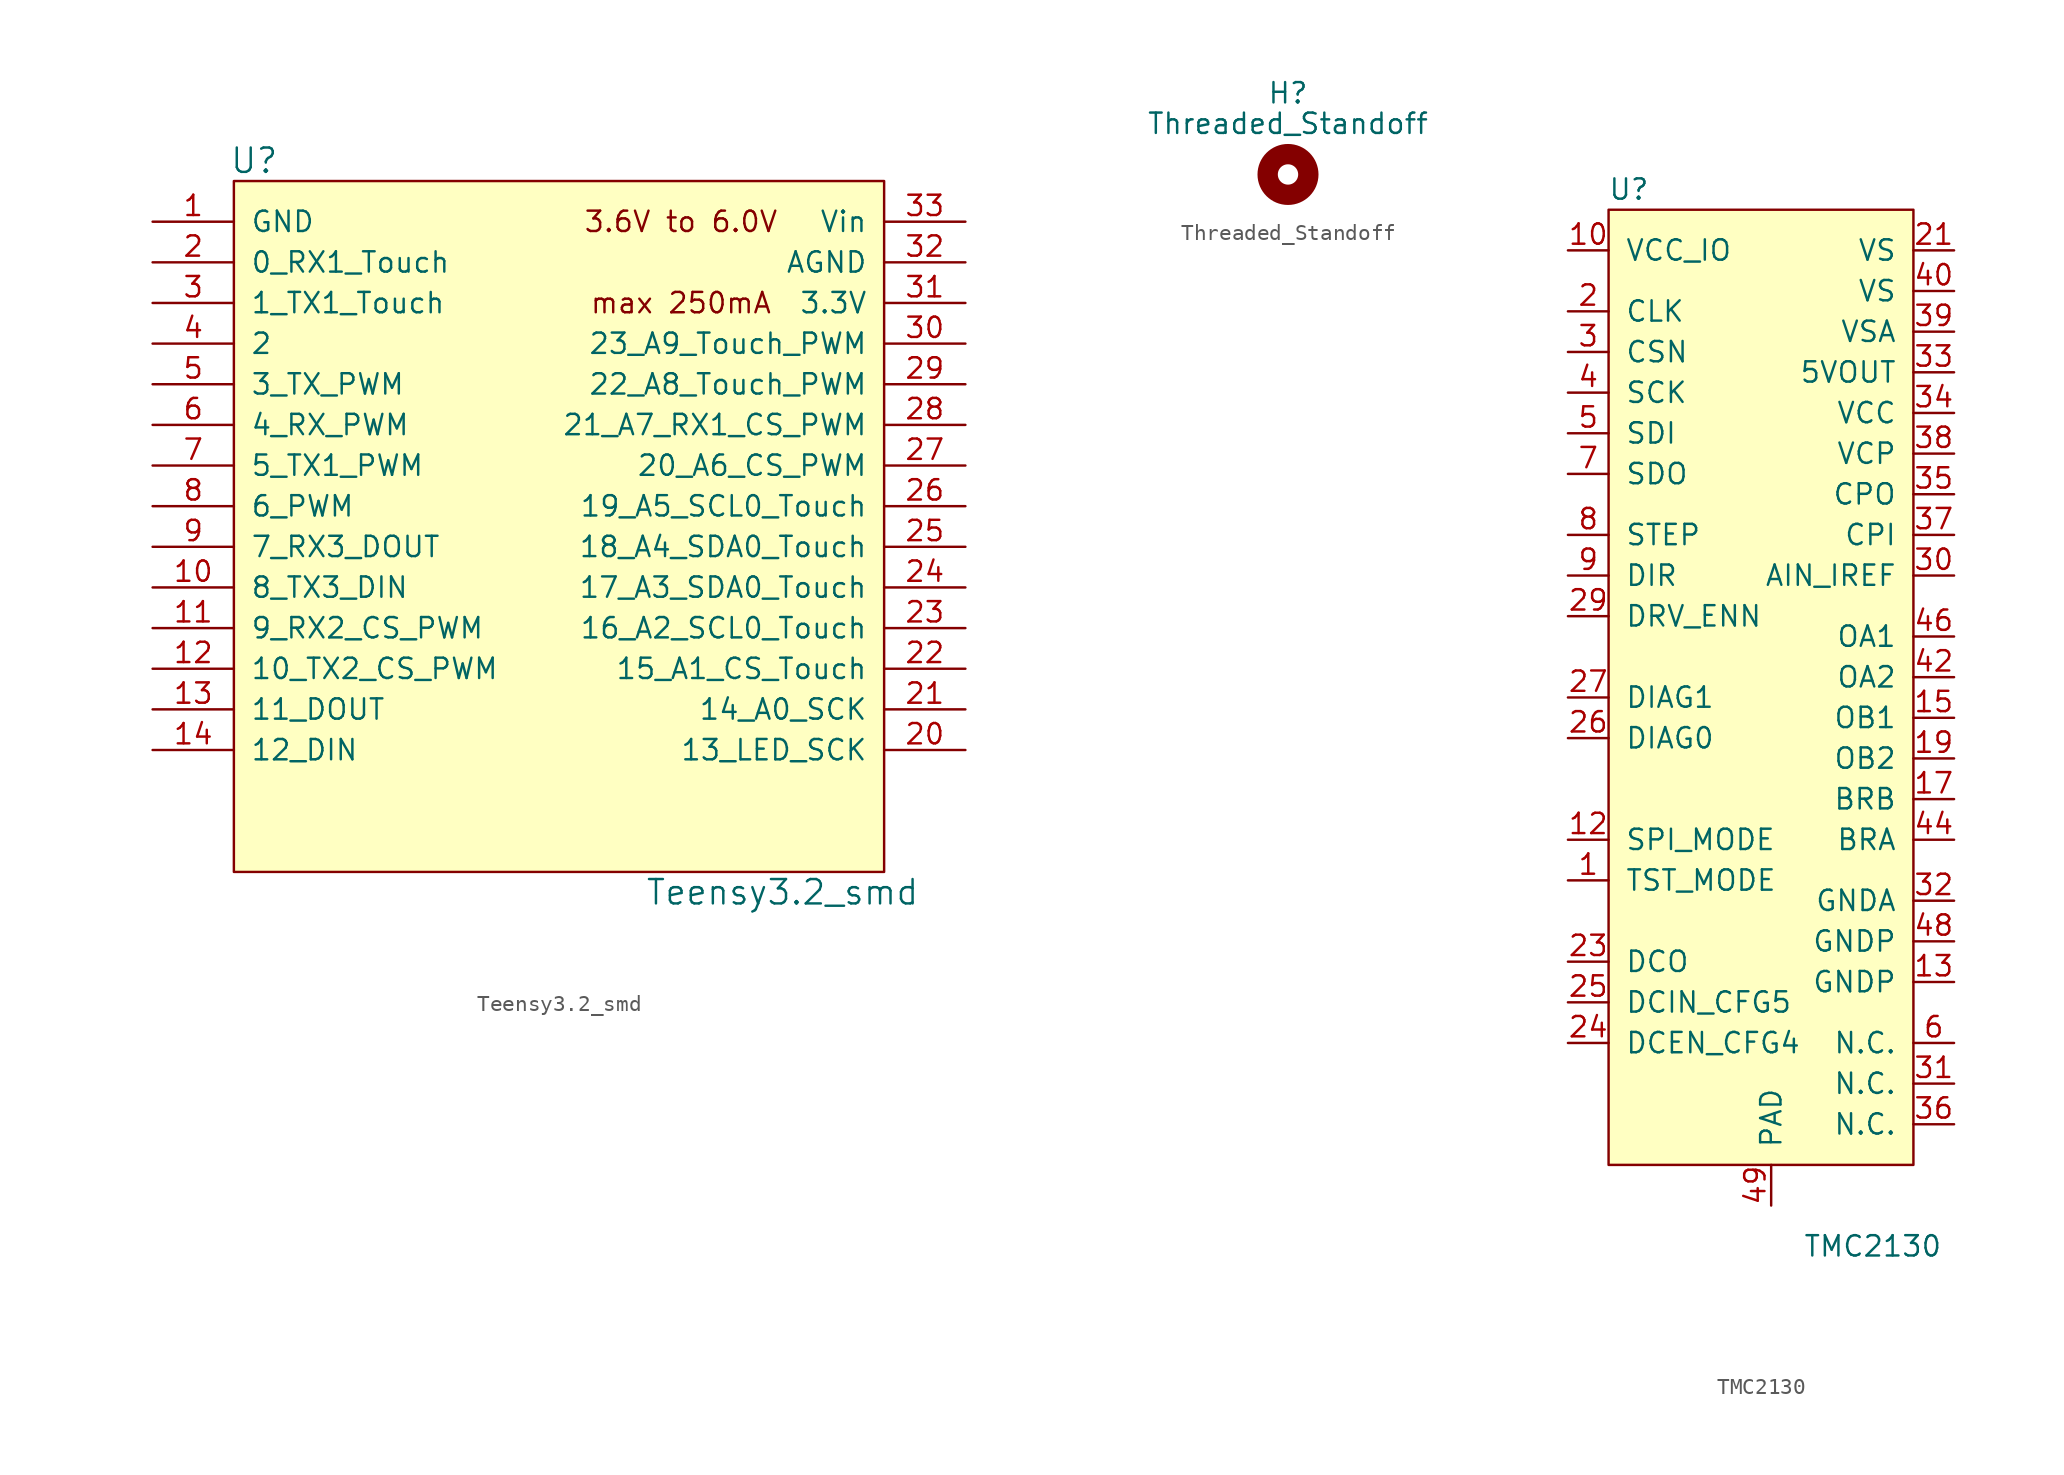
<source format=kicad_sym>
(kicad_symbol_lib
  (version 20220914)
  (generator kicad_symbol_editor)
  (symbol "Teensy3.2_smd"
    (pin_names
      (offset 1.016))
    (property "Reference" "U"
      (at -19.05 25.4 0)
      (effects (font (size 1.524 1.524))))
    (property "Value" "Teensy3.2_smd"
      (at 13.97 -20.32 0)
      (effects (font (size 1.524 1.524))))
    (symbol "Teensy3.2_smd_0_0"
      (text "3.6V to 6.0V" (at 7.62 21.59 0) (effects (font (size 1.27 1.27))))
      (text "max 250mA" (at 7.62 16.51 0) (effects (font (size 1.27 1.27)))))
    (symbol "Teensy3.2_smd_0_1"
      (rectangle (start -20.32 -19.05) (end 20.32 24.13) (stroke (width 0) (type default)) (fill (type background))))
    (symbol "Teensy3.2_smd_1_1"
      (pin power_in line (at -25.4 21.59 0) (length 5.08) (name "GND" (effects (font (size 1.27 1.27)))) (number "1" (effects (font (size 1.27 1.27)))))
      (pin bidirectional line (at -25.4 -1.27 0) (length 5.08) (name "8_TX3_DIN" (effects (font (size 1.27 1.27)))) (number "10" (effects (font (size 1.27 1.27)))))
      (pin bidirectional line (at -25.4 -3.81 0) (length 5.08) (name "9_RX2_CS_PWM" (effects (font (size 1.27 1.27)))) (number "11" (effects (font (size 1.27 1.27)))))
      (pin bidirectional line (at -25.4 -6.35 0) (length 5.08) (name "10_TX2_CS_PWM" (effects (font (size 1.27 1.27)))) (number "12" (effects (font (size 1.27 1.27)))))
      (pin bidirectional line (at -25.4 -8.89 0) (length 5.08) (name "11_DOUT" (effects (font (size 1.27 1.27)))) (number "13" (effects (font (size 1.27 1.27)))))
      (pin bidirectional line (at -25.4 -11.43 0) (length 5.08) (name "12_DIN" (effects (font (size 1.27 1.27)))) (number "14" (effects (font (size 1.27 1.27)))))
      (pin bidirectional line (at -25.4 19.05 0) (length 5.08) (name "0_RX1_Touch" (effects (font (size 1.27 1.27)))) (number "2" (effects (font (size 1.27 1.27)))))
      (pin bidirectional line (at 25.4 -11.43 180) (length 5.08) (name "13_LED_SCK" (effects (font (size 1.27 1.27)))) (number "20" (effects (font (size 1.27 1.27)))))
      (pin bidirectional line (at 25.4 -8.89 180) (length 5.08) (name "14_A0_SCK" (effects (font (size 1.27 1.27)))) (number "21" (effects (font (size 1.27 1.27)))))
      (pin bidirectional line (at 25.4 -6.35 180) (length 5.08) (name "15_A1_CS_Touch" (effects (font (size 1.27 1.27)))) (number "22" (effects (font (size 1.27 1.27)))))
      (pin bidirectional line (at 25.4 -3.81 180) (length 5.08) (name "16_A2_SCL0_Touch" (effects (font (size 1.27 1.27)))) (number "23" (effects (font (size 1.27 1.27)))))
      (pin bidirectional line (at 25.4 -1.27 180) (length 5.08) (name "17_A3_SDA0_Touch" (effects (font (size 1.27 1.27)))) (number "24" (effects (font (size 1.27 1.27)))))
      (pin bidirectional line (at 25.4 1.27 180) (length 5.08) (name "18_A4_SDA0_Touch" (effects (font (size 1.27 1.27)))) (number "25" (effects (font (size 1.27 1.27)))))
      (pin bidirectional line (at 25.4 3.81 180) (length 5.08) (name "19_A5_SCL0_Touch" (effects (font (size 1.27 1.27)))) (number "26" (effects (font (size 1.27 1.27)))))
      (pin bidirectional line (at 25.4 6.35 180) (length 5.08) (name "20_A6_CS_PWM" (effects (font (size 1.27 1.27)))) (number "27" (effects (font (size 1.27 1.27)))))
      (pin bidirectional line (at 25.4 8.89 180) (length 5.08) (name "21_A7_RX1_CS_PWM" (effects (font (size 1.27 1.27)))) (number "28" (effects (font (size 1.27 1.27)))))
      (pin bidirectional line (at 25.4 11.43 180) (length 5.08) (name "22_A8_Touch_PWM" (effects (font (size 1.27 1.27)))) (number "29" (effects (font (size 1.27 1.27)))))
      (pin bidirectional line (at -25.4 16.51 0) (length 5.08) (name "1_TX1_Touch" (effects (font (size 1.27 1.27)))) (number "3" (effects (font (size 1.27 1.27)))))
      (pin bidirectional line (at 25.4 13.97 180) (length 5.08) (name "23_A9_Touch_PWM" (effects (font (size 1.27 1.27)))) (number "30" (effects (font (size 1.27 1.27)))))
      (pin power_out line (at 25.4 16.51 180) (length 5.08) (name "3.3V" (effects (font (size 1.27 1.27)))) (number "31" (effects (font (size 1.27 1.27)))))
      (pin power_out line (at 25.4 19.05 180) (length 5.08) (name "AGND" (effects (font (size 1.27 1.27)))) (number "32" (effects (font (size 1.27 1.27)))))
      (pin power_in line (at 25.4 21.59 180) (length 5.08) (name "Vin" (effects (font (size 1.27 1.27)))) (number "33" (effects (font (size 1.27 1.27)))))
      (pin bidirectional line (at -25.4 13.97 0) (length 5.08) (name "2" (effects (font (size 1.27 1.27)))) (number "4" (effects (font (size 1.27 1.27)))))
      (pin bidirectional line (at -25.4 11.43 0) (length 5.08) (name "3_TX_PWM" (effects (font (size 1.27 1.27)))) (number "5" (effects (font (size 1.27 1.27)))))
      (pin bidirectional line (at -25.4 8.89 0) (length 5.08) (name "4_RX_PWM" (effects (font (size 1.27 1.27)))) (number "6" (effects (font (size 1.27 1.27)))))
      (pin bidirectional line (at -25.4 6.35 0) (length 5.08) (name "5_TX1_PWM" (effects (font (size 1.27 1.27)))) (number "7" (effects (font (size 1.27 1.27)))))
      (pin bidirectional line (at -25.4 3.81 0) (length 5.08) (name "6_PWM" (effects (font (size 1.27 1.27)))) (number "8" (effects (font (size 1.27 1.27)))))
      (pin bidirectional line (at -25.4 1.27 0) (length 5.08) (name "7_RX3_DOUT" (effects (font (size 1.27 1.27)))) (number "9" (effects (font (size 1.27 1.27)))))))
  (symbol "Threaded_Standoff"
    (pin_names
      (offset 1.016))
    (property "Reference" "H"
      (at 0 5.08 0)
      (effects (font (size 1.27 1.27))))
    (property "Value" "Threaded_Standoff"
      (at 0 3.175 0)
      (effects (font (size 1.27 1.27))))
    (symbol "Threaded_Standoff_0_1"
      (circle (center 0 0) (radius 1.27) (stroke (width 1.27) (type default)) (fill (type none)))))
  (symbol "TMC2130"
    (pin_names
      (offset 1.016))
    (property "Reference" "U"
      (at -8.89 29.21 0)
      (effects (font (size 1.27 1.27))))
    (property "Value" "TMC2130"
      (at 6.35 -36.83 0)
      (effects (font (size 1.27 1.27))))
    (symbol "TMC2130_0_1"
      (rectangle (start 8.89 27.94) (end -10.16 -31.75) (stroke (width 0) (type default)) (fill (type background))))
    (symbol "TMC2130_1_1"
      (pin input line (at -12.7 -13.97 0) (length 2.54) (name "TST_MODE" (effects (font (size 1.27 1.27)))) (number "1" (effects (font (size 1.27 1.27)))))
      (pin input line (at -12.7 25.4 0) (length 2.54) (name "VCC_IO" (effects (font (size 1.27 1.27)))) (number "10" (effects (font (size 1.27 1.27)))))
      (pin input line (at -12.7 -11.43 0) (length 2.54) (name "SPI_MODE" (effects (font (size 1.27 1.27)))) (number "12" (effects (font (size 1.27 1.27)))))
      (pin input line (at 11.43 -20.32 180) (length 2.54) (name "GNDP" (effects (font (size 1.27 1.27)))) (number "13" (effects (font (size 1.27 1.27)))))
      (pin input line (at 11.43 -3.81 180) (length 2.54) (name "OB1" (effects (font (size 1.27 1.27)))) (number "15" (effects (font (size 1.27 1.27)))))
      (pin input line (at 11.43 -8.89 180) (length 2.54) (name "BRB" (effects (font (size 1.27 1.27)))) (number "17" (effects (font (size 1.27 1.27)))))
      (pin input line (at 11.43 -6.35 180) (length 2.54) (name "OB2" (effects (font (size 1.27 1.27)))) (number "19" (effects (font (size 1.27 1.27)))))
      (pin input line (at -12.7 21.59 0) (length 2.54) (name "CLK" (effects (font (size 1.27 1.27)))) (number "2" (effects (font (size 1.27 1.27)))))
      (pin input line (at 11.43 25.4 180) (length 2.54) (name "VS" (effects (font (size 1.27 1.27)))) (number "21" (effects (font (size 1.27 1.27)))))
      (pin input line (at -12.7 -19.05 0) (length 2.54) (name "DCO" (effects (font (size 1.27 1.27)))) (number "23" (effects (font (size 1.27 1.27)))))
      (pin input line (at -12.7 -24.13 0) (length 2.54) (name "DCEN_CFG4" (effects (font (size 1.27 1.27)))) (number "24" (effects (font (size 1.27 1.27)))))
      (pin input line (at -12.7 -21.59 0) (length 2.54) (name "DCIN_CFG5" (effects (font (size 1.27 1.27)))) (number "25" (effects (font (size 1.27 1.27)))))
      (pin input line (at -12.7 -5.08 0) (length 2.54) (name "DIAG0" (effects (font (size 1.27 1.27)))) (number "26" (effects (font (size 1.27 1.27)))))
      (pin input line (at -12.7 -2.54 0) (length 2.54) (name "DIAG1" (effects (font (size 1.27 1.27)))) (number "27" (effects (font (size 1.27 1.27)))))
      (pin input line (at -12.7 2.54 0) (length 2.54) (name "DRV_ENN" (effects (font (size 1.27 1.27)))) (number "29" (effects (font (size 1.27 1.27)))))
      (pin input line (at -12.7 19.05 0) (length 2.54) (name "CSN" (effects (font (size 1.27 1.27)))) (number "3" (effects (font (size 1.27 1.27)))))
      (pin input line (at 11.43 5.08 180) (length 2.54) (name "AIN_IREF" (effects (font (size 1.27 1.27)))) (number "30" (effects (font (size 1.27 1.27)))))
      (pin input line (at 11.43 -26.67 180) (length 2.54) (name "N.C." (effects (font (size 1.27 1.27)))) (number "31" (effects (font (size 1.27 1.27)))))
      (pin input line (at 11.43 -15.24 180) (length 2.54) (name "GNDA" (effects (font (size 1.27 1.27)))) (number "32" (effects (font (size 1.27 1.27)))))
      (pin output line (at 11.43 17.78 180) (length 2.54) (name "5VOUT" (effects (font (size 1.27 1.27)))) (number "33" (effects (font (size 1.27 1.27)))))
      (pin input line (at 11.43 15.24 180) (length 2.54) (name "VCC" (effects (font (size 1.27 1.27)))) (number "34" (effects (font (size 1.27 1.27)))))
      (pin input line (at 11.43 10.16 180) (length 2.54) (name "CPO" (effects (font (size 1.27 1.27)))) (number "35" (effects (font (size 1.27 1.27)))))
      (pin input line (at 11.43 -29.21 180) (length 2.54) (name "N.C." (effects (font (size 1.27 1.27)))) (number "36" (effects (font (size 1.27 1.27)))))
      (pin input line (at 11.43 7.62 180) (length 2.54) (name "CPI" (effects (font (size 1.27 1.27)))) (number "37" (effects (font (size 1.27 1.27)))))
      (pin input line (at 11.43 12.7 180) (length 2.54) (name "VCP" (effects (font (size 1.27 1.27)))) (number "38" (effects (font (size 1.27 1.27)))))
      (pin input line (at 11.43 20.32 180) (length 2.54) (name "VSA" (effects (font (size 1.27 1.27)))) (number "39" (effects (font (size 1.27 1.27)))))
      (pin input line (at -12.7 16.51 0) (length 2.54) (name "SCK" (effects (font (size 1.27 1.27)))) (number "4" (effects (font (size 1.27 1.27)))))
      (pin input line (at 11.43 22.86 180) (length 2.54) (name "VS" (effects (font (size 1.27 1.27)))) (number "40" (effects (font (size 1.27 1.27)))))
      (pin input line (at 11.43 -1.27 180) (length 2.54) (name "OA2" (effects (font (size 1.27 1.27)))) (number "42" (effects (font (size 1.27 1.27)))))
      (pin input line (at 11.43 -11.43 180) (length 2.54) (name "BRA" (effects (font (size 1.27 1.27)))) (number "44" (effects (font (size 1.27 1.27)))))
      (pin input line (at 11.43 1.27 180) (length 2.54) (name "OA1" (effects (font (size 1.27 1.27)))) (number "46" (effects (font (size 1.27 1.27)))))
      (pin input line (at 11.43 -17.78 180) (length 2.54) (name "GNDP" (effects (font (size 1.27 1.27)))) (number "48" (effects (font (size 1.27 1.27)))))
      (pin output line (at 0 -34.29 90) (length 2.54) (name "PAD" (effects (font (size 1.27 1.27)))) (number "49" (effects (font (size 1.27 1.27)))))
      (pin input line (at -12.7 13.97 0) (length 2.54) (name "SDI" (effects (font (size 1.27 1.27)))) (number "5" (effects (font (size 1.27 1.27)))))
      (pin input line (at 11.43 -24.13 180) (length 2.54) (name "N.C." (effects (font (size 1.27 1.27)))) (number "6" (effects (font (size 1.27 1.27)))))
      (pin input line (at -12.7 11.43 0) (length 2.54) (name "SDO" (effects (font (size 1.27 1.27)))) (number "7" (effects (font (size 1.27 1.27)))))
      (pin input line (at -12.7 7.62 0) (length 2.54) (name "STEP" (effects (font (size 1.27 1.27)))) (number "8" (effects (font (size 1.27 1.27)))))
      (pin input line (at -12.7 5.08 0) (length 2.54) (name "DIR" (effects (font (size 1.27 1.27)))) (number "9" (effects (font (size 1.27 1.27))))))))
</source>
